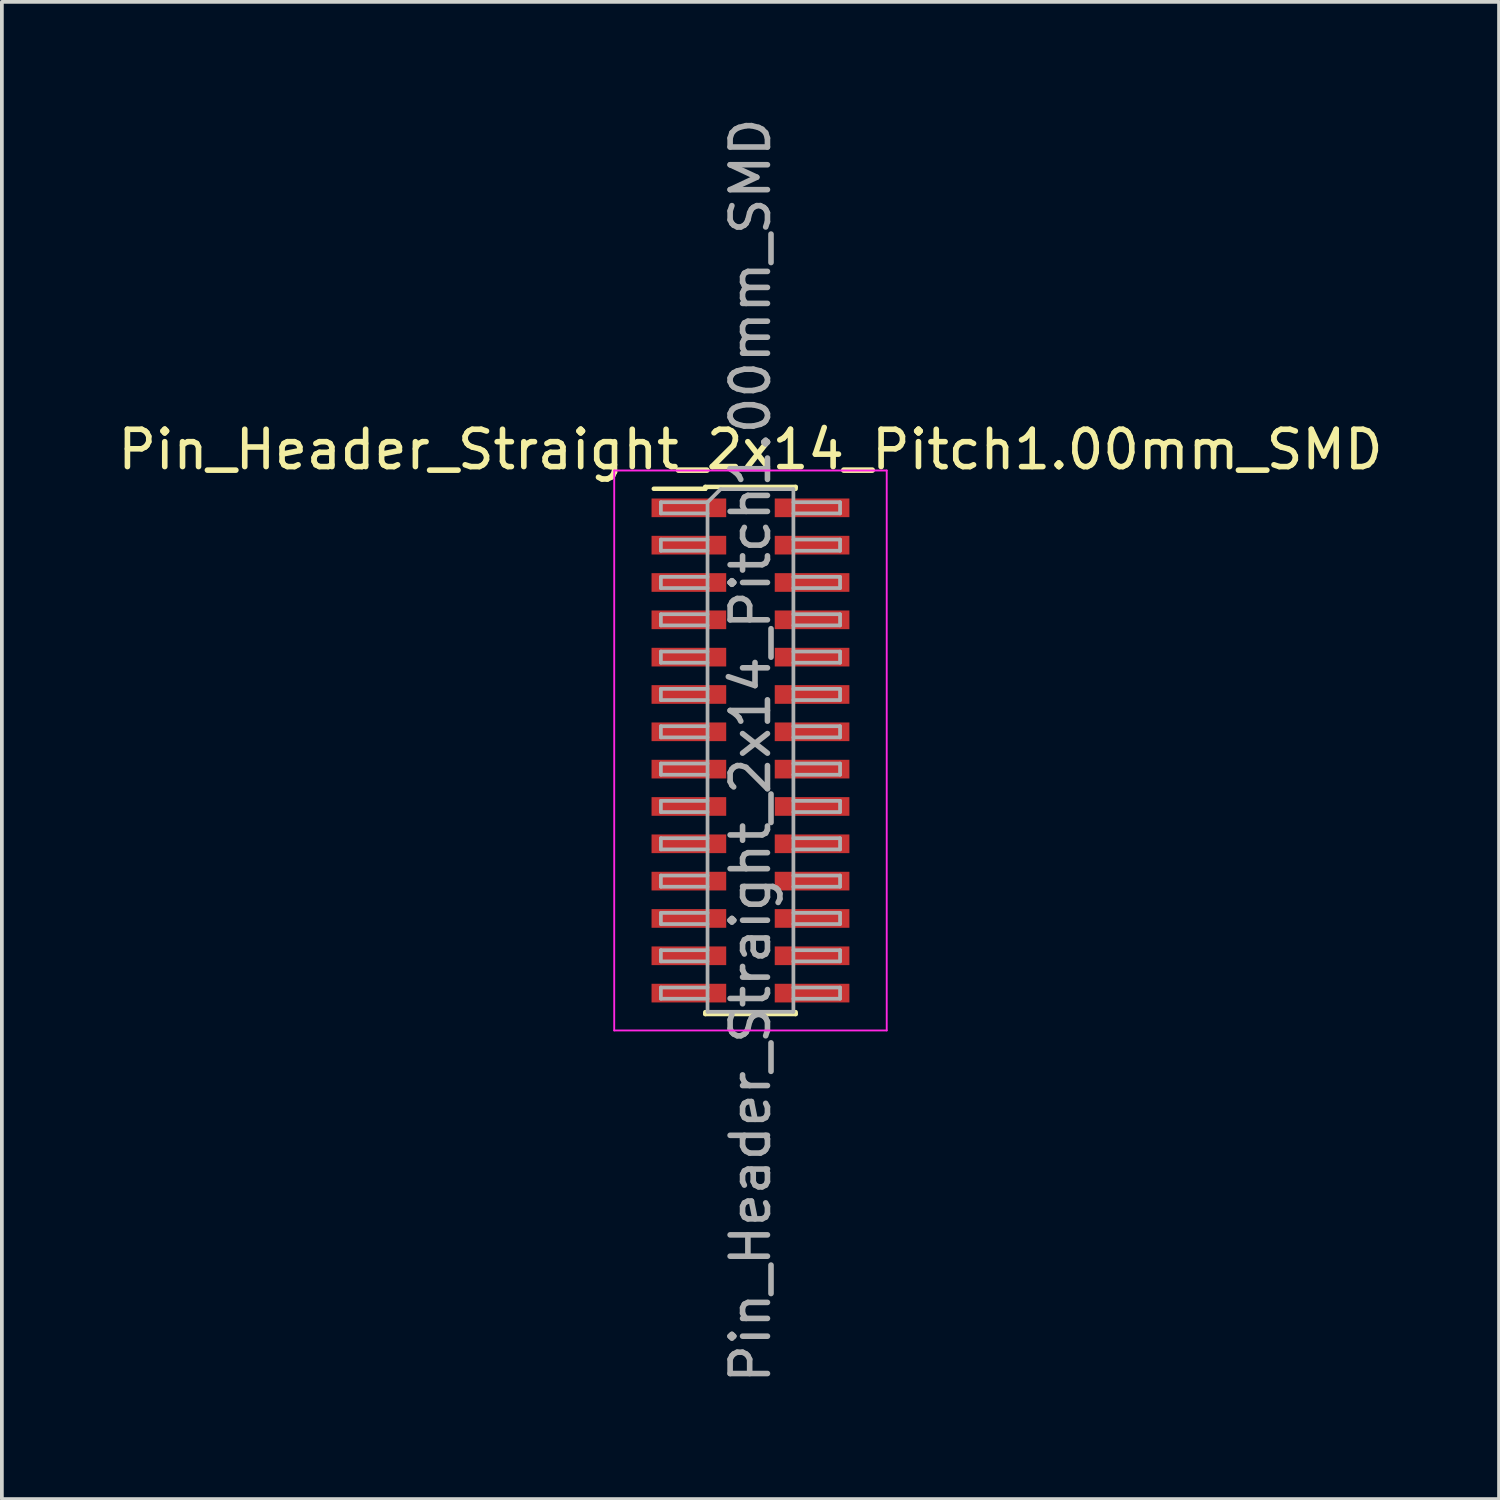
<source format=kicad_pcb>
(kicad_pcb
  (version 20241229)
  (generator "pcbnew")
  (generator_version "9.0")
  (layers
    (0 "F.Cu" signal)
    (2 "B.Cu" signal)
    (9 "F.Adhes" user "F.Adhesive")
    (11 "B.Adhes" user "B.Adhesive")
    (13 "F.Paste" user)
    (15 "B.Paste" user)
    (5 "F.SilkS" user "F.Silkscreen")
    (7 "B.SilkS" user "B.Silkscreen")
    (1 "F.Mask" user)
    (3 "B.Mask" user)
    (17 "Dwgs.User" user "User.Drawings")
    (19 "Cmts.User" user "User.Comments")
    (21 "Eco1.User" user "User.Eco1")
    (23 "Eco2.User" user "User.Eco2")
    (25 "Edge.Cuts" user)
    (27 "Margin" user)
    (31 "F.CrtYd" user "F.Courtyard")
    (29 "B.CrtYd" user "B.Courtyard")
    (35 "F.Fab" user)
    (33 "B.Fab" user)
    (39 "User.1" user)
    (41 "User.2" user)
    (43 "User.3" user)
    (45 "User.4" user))
  (footprint "Pin_Header_Straight_2x14_Pitch1.00mm_SMD"
    (layer "F.Cu")
    (at 17.054 17.054)
    (property "Reference" "Pin_Header_Straight_2x14_Pitch1.00mm_SMD" (at 0 -8.06 0) (layer "F.SilkS") (effects (font (size 1 1) (thickness 0.15))))
    (attr smd)
    (fp_line (start -2.59 -7.01) (end -1.21 -7.01) (stroke (width 0.12) (type solid)) (layer "F.SilkS"))
    (fp_line (start -1.21 -7.06) (end -1.21 -7.01) (stroke (width 0.12) (type solid)) (layer "F.SilkS"))
    (fp_line (start -1.21 -7.06) (end 1.21 -7.06) (stroke (width 0.12) (type solid)) (layer "F.SilkS"))
    (fp_line (start -1.21 7.01) (end -1.21 7.06) (stroke (width 0.12) (type solid)) (layer "F.SilkS"))
    (fp_line (start -1.21 7.06) (end 1.21 7.06) (stroke (width 0.12) (type solid)) (layer "F.SilkS"))
    (fp_line (start 1.21 -7.06) (end 1.21 -7.01) (stroke (width 0.12) (type solid)) (layer "F.SilkS"))
    (fp_line (start 1.21 7.01) (end 1.21 7.06) (stroke (width 0.12) (type solid)) (layer "F.SilkS"))
    (fp_line (start -3.65 -7.5) (end -3.65 7.5) (stroke (width 0.05) (type solid)) (layer "F.CrtYd"))
    (fp_line (start -3.65 7.5) (end 3.65 7.5) (stroke (width 0.05) (type solid)) (layer "F.CrtYd"))
    (fp_line (start 3.65 -7.5) (end -3.65 -7.5) (stroke (width 0.05) (type solid)) (layer "F.CrtYd"))
    (fp_line (start 3.65 7.5) (end 3.65 -7.5) (stroke (width 0.05) (type solid)) (layer "F.CrtYd"))
    (fp_line (start -2.4 -6.65) (end -2.4 -6.35) (stroke (width 0.1) (type solid)) (layer "F.Fab"))
    (fp_line (start -2.4 -6.35) (end -1.15 -6.35) (stroke (width 0.1) (type solid)) (layer "F.Fab"))
    (fp_line (start -2.4 -5.65) (end -2.4 -5.35) (stroke (width 0.1) (type solid)) (layer "F.Fab"))
    (fp_line (start -2.4 -5.35) (end -1.15 -5.35) (stroke (width 0.1) (type solid)) (layer "F.Fab"))
    (fp_line (start -2.4 -4.65) (end -2.4 -4.35) (stroke (width 0.1) (type solid)) (layer "F.Fab"))
    (fp_line (start -2.4 -4.35) (end -1.15 -4.35) (stroke (width 0.1) (type solid)) (layer "F.Fab"))
    (fp_line (start -2.4 -3.65) (end -2.4 -3.35) (stroke (width 0.1) (type solid)) (layer "F.Fab"))
    (fp_line (start -2.4 -3.35) (end -1.15 -3.35) (stroke (width 0.1) (type solid)) (layer "F.Fab"))
    (fp_line (start -2.4 -2.65) (end -2.4 -2.35) (stroke (width 0.1) (type solid)) (layer "F.Fab"))
    (fp_line (start -2.4 -2.35) (end -1.15 -2.35) (stroke (width 0.1) (type solid)) (layer "F.Fab"))
    (fp_line (start -2.4 -1.65) (end -2.4 -1.35) (stroke (width 0.1) (type solid)) (layer "F.Fab"))
    (fp_line (start -2.4 -1.35) (end -1.15 -1.35) (stroke (width 0.1) (type solid)) (layer "F.Fab"))
    (fp_line (start -2.4 -0.65) (end -2.4 -0.35) (stroke (width 0.1) (type solid)) (layer "F.Fab"))
    (fp_line (start -2.4 -0.35) (end -1.15 -0.35) (stroke (width 0.1) (type solid)) (layer "F.Fab"))
    (fp_line (start -2.4 0.35) (end -2.4 0.65) (stroke (width 0.1) (type solid)) (layer "F.Fab"))
    (fp_line (start -2.4 0.65) (end -1.15 0.65) (stroke (width 0.1) (type solid)) (layer "F.Fab"))
    (fp_line (start -2.4 1.35) (end -2.4 1.65) (stroke (width 0.1) (type solid)) (layer "F.Fab"))
    (fp_line (start -2.4 1.65) (end -1.15 1.65) (stroke (width 0.1) (type solid)) (layer "F.Fab"))
    (fp_line (start -2.4 2.35) (end -2.4 2.65) (stroke (width 0.1) (type solid)) (layer "F.Fab"))
    (fp_line (start -2.4 2.65) (end -1.15 2.65) (stroke (width 0.1) (type solid)) (layer "F.Fab"))
    (fp_line (start -2.4 3.35) (end -2.4 3.65) (stroke (width 0.1) (type solid)) (layer "F.Fab"))
    (fp_line (start -2.4 3.65) (end -1.15 3.65) (stroke (width 0.1) (type solid)) (layer "F.Fab"))
    (fp_line (start -2.4 4.35) (end -2.4 4.65) (stroke (width 0.1) (type solid)) (layer "F.Fab"))
    (fp_line (start -2.4 4.65) (end -1.15 4.65) (stroke (width 0.1) (type solid)) (layer "F.Fab"))
    (fp_line (start -2.4 5.35) (end -2.4 5.65) (stroke (width 0.1) (type solid)) (layer "F.Fab"))
    (fp_line (start -2.4 5.65) (end -1.15 5.65) (stroke (width 0.1) (type solid)) (layer "F.Fab"))
    (fp_line (start -2.4 6.35) (end -2.4 6.65) (stroke (width 0.1) (type solid)) (layer "F.Fab"))
    (fp_line (start -2.4 6.65) (end -1.15 6.65) (stroke (width 0.1) (type solid)) (layer "F.Fab"))
    (fp_line (start -1.15 -6.65) (end -2.4 -6.65) (stroke (width 0.1) (type solid)) (layer "F.Fab"))
    (fp_line (start -1.15 -6.65) (end -0.8 -7) (stroke (width 0.1) (type solid)) (layer "F.Fab"))
    (fp_line (start -1.15 -5.65) (end -2.4 -5.65) (stroke (width 0.1) (type solid)) (layer "F.Fab"))
    (fp_line (start -1.15 -4.65) (end -2.4 -4.65) (stroke (width 0.1) (type solid)) (layer "F.Fab"))
    (fp_line (start -1.15 -3.65) (end -2.4 -3.65) (stroke (width 0.1) (type solid)) (layer "F.Fab"))
    (fp_line (start -1.15 -2.65) (end -2.4 -2.65) (stroke (width 0.1) (type solid)) (layer "F.Fab"))
    (fp_line (start -1.15 -1.65) (end -2.4 -1.65) (stroke (width 0.1) (type solid)) (layer "F.Fab"))
    (fp_line (start -1.15 -0.65) (end -2.4 -0.65) (stroke (width 0.1) (type solid)) (layer "F.Fab"))
    (fp_line (start -1.15 0.35) (end -2.4 0.35) (stroke (width 0.1) (type solid)) (layer "F.Fab"))
    (fp_line (start -1.15 1.35) (end -2.4 1.35) (stroke (width 0.1) (type solid)) (layer "F.Fab"))
    (fp_line (start -1.15 2.35) (end -2.4 2.35) (stroke (width 0.1) (type solid)) (layer "F.Fab"))
    (fp_line (start -1.15 3.35) (end -2.4 3.35) (stroke (width 0.1) (type solid)) (layer "F.Fab"))
    (fp_line (start -1.15 4.35) (end -2.4 4.35) (stroke (width 0.1) (type solid)) (layer "F.Fab"))
    (fp_line (start -1.15 5.35) (end -2.4 5.35) (stroke (width 0.1) (type solid)) (layer "F.Fab"))
    (fp_line (start -1.15 6.35) (end -2.4 6.35) (stroke (width 0.1) (type solid)) (layer "F.Fab"))
    (fp_line (start -1.15 7) (end -1.15 -6.65) (stroke (width 0.1) (type solid)) (layer "F.Fab"))
    (fp_line (start -0.8 -7) (end 1.15 -7) (stroke (width 0.1) (type solid)) (layer "F.Fab"))
    (fp_line (start 1.15 -7) (end 1.15 7) (stroke (width 0.1) (type solid)) (layer "F.Fab"))
    (fp_line (start 1.15 -6.65) (end 2.4 -6.65) (stroke (width 0.1) (type solid)) (layer "F.Fab"))
    (fp_line (start 1.15 -5.65) (end 2.4 -5.65) (stroke (width 0.1) (type solid)) (layer "F.Fab"))
    (fp_line (start 1.15 -4.65) (end 2.4 -4.65) (stroke (width 0.1) (type solid)) (layer "F.Fab"))
    (fp_line (start 1.15 -3.65) (end 2.4 -3.65) (stroke (width 0.1) (type solid)) (layer "F.Fab"))
    (fp_line (start 1.15 -2.65) (end 2.4 -2.65) (stroke (width 0.1) (type solid)) (layer "F.Fab"))
    (fp_line (start 1.15 -1.65) (end 2.4 -1.65) (stroke (width 0.1) (type solid)) (layer "F.Fab"))
    (fp_line (start 1.15 -0.65) (end 2.4 -0.65) (stroke (width 0.1) (type solid)) (layer "F.Fab"))
    (fp_line (start 1.15 0.35) (end 2.4 0.35) (stroke (width 0.1) (type solid)) (layer "F.Fab"))
    (fp_line (start 1.15 1.35) (end 2.4 1.35) (stroke (width 0.1) (type solid)) (layer "F.Fab"))
    (fp_line (start 1.15 2.35) (end 2.4 2.35) (stroke (width 0.1) (type solid)) (layer "F.Fab"))
    (fp_line (start 1.15 3.35) (end 2.4 3.35) (stroke (width 0.1) (type solid)) (layer "F.Fab"))
    (fp_line (start 1.15 4.35) (end 2.4 4.35) (stroke (width 0.1) (type solid)) (layer "F.Fab"))
    (fp_line (start 1.15 5.35) (end 2.4 5.35) (stroke (width 0.1) (type solid)) (layer "F.Fab"))
    (fp_line (start 1.15 6.35) (end 2.4 6.35) (stroke (width 0.1) (type solid)) (layer "F.Fab"))
    (fp_line (start 1.15 7) (end -1.15 7) (stroke (width 0.1) (type solid)) (layer "F.Fab"))
    (fp_line (start 2.4 -6.65) (end 2.4 -6.35) (stroke (width 0.1) (type solid)) (layer "F.Fab"))
    (fp_line (start 2.4 -6.35) (end 1.15 -6.35) (stroke (width 0.1) (type solid)) (layer "F.Fab"))
    (fp_line (start 2.4 -5.65) (end 2.4 -5.35) (stroke (width 0.1) (type solid)) (layer "F.Fab"))
    (fp_line (start 2.4 -5.35) (end 1.15 -5.35) (stroke (width 0.1) (type solid)) (layer "F.Fab"))
    (fp_line (start 2.4 -4.65) (end 2.4 -4.35) (stroke (width 0.1) (type solid)) (layer "F.Fab"))
    (fp_line (start 2.4 -4.35) (end 1.15 -4.35) (stroke (width 0.1) (type solid)) (layer "F.Fab"))
    (fp_line (start 2.4 -3.65) (end 2.4 -3.35) (stroke (width 0.1) (type solid)) (layer "F.Fab"))
    (fp_line (start 2.4 -3.35) (end 1.15 -3.35) (stroke (width 0.1) (type solid)) (layer "F.Fab"))
    (fp_line (start 2.4 -2.65) (end 2.4 -2.35) (stroke (width 0.1) (type solid)) (layer "F.Fab"))
    (fp_line (start 2.4 -2.35) (end 1.15 -2.35) (stroke (width 0.1) (type solid)) (layer "F.Fab"))
    (fp_line (start 2.4 -1.65) (end 2.4 -1.35) (stroke (width 0.1) (type solid)) (layer "F.Fab"))
    (fp_line (start 2.4 -1.35) (end 1.15 -1.35) (stroke (width 0.1) (type solid)) (layer "F.Fab"))
    (fp_line (start 2.4 -0.65) (end 2.4 -0.35) (stroke (width 0.1) (type solid)) (layer "F.Fab"))
    (fp_line (start 2.4 -0.35) (end 1.15 -0.35) (stroke (width 0.1) (type solid)) (layer "F.Fab"))
    (fp_line (start 2.4 0.35) (end 2.4 0.65) (stroke (width 0.1) (type solid)) (layer "F.Fab"))
    (fp_line (start 2.4 0.65) (end 1.15 0.65) (stroke (width 0.1) (type solid)) (layer "F.Fab"))
    (fp_line (start 2.4 1.35) (end 2.4 1.65) (stroke (width 0.1) (type solid)) (layer "F.Fab"))
    (fp_line (start 2.4 1.65) (end 1.15 1.65) (stroke (width 0.1) (type solid)) (layer "F.Fab"))
    (fp_line (start 2.4 2.35) (end 2.4 2.65) (stroke (width 0.1) (type solid)) (layer "F.Fab"))
    (fp_line (start 2.4 2.65) (end 1.15 2.65) (stroke (width 0.1) (type solid)) (layer "F.Fab"))
    (fp_line (start 2.4 3.35) (end 2.4 3.65) (stroke (width 0.1) (type solid)) (layer "F.Fab"))
    (fp_line (start 2.4 3.65) (end 1.15 3.65) (stroke (width 0.1) (type solid)) (layer "F.Fab"))
    (fp_line (start 2.4 4.35) (end 2.4 4.65) (stroke (width 0.1) (type solid)) (layer "F.Fab"))
    (fp_line (start 2.4 4.65) (end 1.15 4.65) (stroke (width 0.1) (type solid)) (layer "F.Fab"))
    (fp_line (start 2.4 5.35) (end 2.4 5.65) (stroke (width 0.1) (type solid)) (layer "F.Fab"))
    (fp_line (start 2.4 5.65) (end 1.15 5.65) (stroke (width 0.1) (type solid)) (layer "F.Fab"))
    (fp_line (start 2.4 6.35) (end 2.4 6.65) (stroke (width 0.1) (type solid)) (layer "F.Fab"))
    (fp_line (start 2.4 6.65) (end 1.15 6.65) (stroke (width 0.1) (type solid)) (layer "F.Fab"))
    (fp_text user "${REFERENCE}" (at 0 0 90) (layer "F.Fab") (effects (font (size 1 1) (thickness 0.15))))
    (pad "1" smd rect (at -1.65 -6.5) (size 2 0.5) (layers "F.Cu" "F.Mask" "F.Paste"))
    (pad "2" smd rect (at 1.65 -6.5) (size 2 0.5) (layers "F.Cu" "F.Mask" "F.Paste"))
    (pad "3" smd rect (at -1.65 -5.5) (size 2 0.5) (layers "F.Cu" "F.Mask" "F.Paste"))
    (pad "4" smd rect (at 1.65 -5.5) (size 2 0.5) (layers "F.Cu" "F.Mask" "F.Paste"))
    (pad "5" smd rect (at -1.65 -4.5) (size 2 0.5) (layers "F.Cu" "F.Mask" "F.Paste"))
    (pad "6" smd rect (at 1.65 -4.5) (size 2 0.5) (layers "F.Cu" "F.Mask" "F.Paste"))
    (pad "7" smd rect (at -1.65 -3.5) (size 2 0.5) (layers "F.Cu" "F.Mask" "F.Paste"))
    (pad "8" smd rect (at 1.65 -3.5) (size 2 0.5) (layers "F.Cu" "F.Mask" "F.Paste"))
    (pad "9" smd rect (at -1.65 -2.5) (size 2 0.5) (layers "F.Cu" "F.Mask" "F.Paste"))
    (pad "10" smd rect (at 1.65 -2.5) (size 2 0.5) (layers "F.Cu" "F.Mask" "F.Paste"))
    (pad "11" smd rect (at -1.65 -1.5) (size 2 0.5) (layers "F.Cu" "F.Mask" "F.Paste"))
    (pad "12" smd rect (at 1.65 -1.5) (size 2 0.5) (layers "F.Cu" "F.Mask" "F.Paste"))
    (pad "13" smd rect (at -1.65 -0.5) (size 2 0.5) (layers "F.Cu" "F.Mask" "F.Paste"))
    (pad "14" smd rect (at 1.65 -0.5) (size 2 0.5) (layers "F.Cu" "F.Mask" "F.Paste"))
    (pad "15" smd rect (at -1.65 0.5) (size 2 0.5) (layers "F.Cu" "F.Mask" "F.Paste"))
    (pad "16" smd rect (at 1.65 0.5) (size 2 0.5) (layers "F.Cu" "F.Mask" "F.Paste"))
    (pad "17" smd rect (at -1.65 1.5) (size 2 0.5) (layers "F.Cu" "F.Mask" "F.Paste"))
    (pad "18" smd rect (at 1.65 1.5) (size 2 0.5) (layers "F.Cu" "F.Mask" "F.Paste"))
    (pad "19" smd rect (at -1.65 2.5) (size 2 0.5) (layers "F.Cu" "F.Mask" "F.Paste"))
    (pad "20" smd rect (at 1.65 2.5) (size 2 0.5) (layers "F.Cu" "F.Mask" "F.Paste"))
    (pad "21" smd rect (at -1.65 3.5) (size 2 0.5) (layers "F.Cu" "F.Mask" "F.Paste"))
    (pad "22" smd rect (at 1.65 3.5) (size 2 0.5) (layers "F.Cu" "F.Mask" "F.Paste"))
    (pad "23" smd rect (at -1.65 4.5) (size 2 0.5) (layers "F.Cu" "F.Mask" "F.Paste"))
    (pad "24" smd rect (at 1.65 4.5) (size 2 0.5) (layers "F.Cu" "F.Mask" "F.Paste"))
    (pad "25" smd rect (at -1.65 5.5) (size 2 0.5) (layers "F.Cu" "F.Mask" "F.Paste"))
    (pad "26" smd rect (at 1.65 5.5) (size 2 0.5) (layers "F.Cu" "F.Mask" "F.Paste"))
    (pad "27" smd rect (at -1.65 6.5) (size 2 0.5) (layers "F.Cu" "F.Mask" "F.Paste"))
    (pad "28" smd rect (at 1.65 6.5) (size 2 0.5) (layers "F.Cu" "F.Mask" "F.Paste")))
  (gr_rect
    (start -3 -3)
    (end 37.107 37.107)
    (stroke (width 0.1) (type default))
    (fill no)
    (layer "Edge.Cuts")))
</source>
